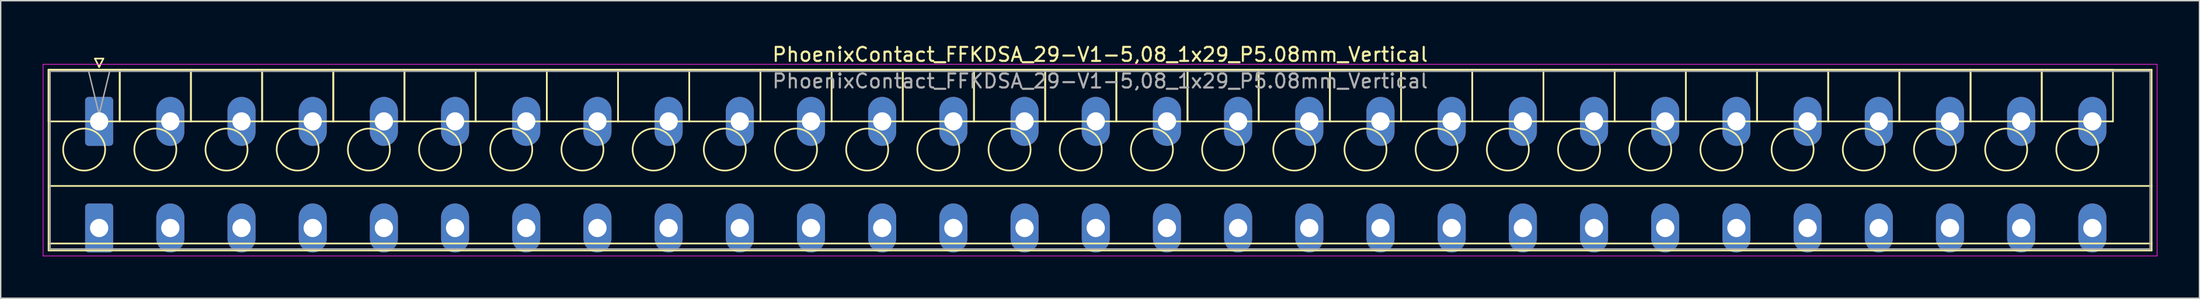
<source format=kicad_pcb>
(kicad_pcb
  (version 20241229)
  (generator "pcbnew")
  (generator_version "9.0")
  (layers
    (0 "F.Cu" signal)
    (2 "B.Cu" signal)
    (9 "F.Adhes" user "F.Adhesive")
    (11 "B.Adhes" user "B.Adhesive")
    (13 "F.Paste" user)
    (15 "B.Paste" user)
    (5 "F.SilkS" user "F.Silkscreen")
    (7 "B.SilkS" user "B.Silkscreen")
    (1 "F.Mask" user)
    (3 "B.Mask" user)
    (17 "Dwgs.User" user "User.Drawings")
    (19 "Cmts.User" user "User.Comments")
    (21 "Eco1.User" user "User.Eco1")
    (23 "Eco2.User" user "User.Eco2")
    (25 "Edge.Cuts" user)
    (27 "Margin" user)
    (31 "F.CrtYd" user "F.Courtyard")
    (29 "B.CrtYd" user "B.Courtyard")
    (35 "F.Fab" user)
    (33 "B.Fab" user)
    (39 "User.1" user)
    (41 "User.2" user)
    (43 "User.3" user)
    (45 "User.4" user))
  (footprint "PhoenixContact_FFKDSA_29-V1-5,08_1x29_P5.08mm_Vertical"
    (layer "F.Cu")
    (at 4.025 5.628)
    (property "Reference" "PhoenixContact_FFKDSA_29-V1-5,08_1x29_P5.08mm_Vertical" (at 71.43 -4.78 0) (layer "F.SilkS") (effects (font (size 1 1) (thickness 0.15))))
    (attr through_hole)
    (fp_line (start -3.61 -3.69) (end -3.61 0) (stroke (width 0.12) (type solid)) (layer "F.SilkS"))
    (fp_line (start -3.61 -3.69) (end -3.61 9.23) (stroke (width 0.12) (type solid)) (layer "F.SilkS"))
    (fp_line (start -3.61 0) (end 1.47 0) (stroke (width 0.12) (type solid)) (layer "F.SilkS"))
    (fp_line (start -3.61 4.615) (end 146.47 4.615) (stroke (width 0.12) (type solid)) (layer "F.SilkS"))
    (fp_line (start -3.61 8.73) (end 146.47 8.73) (stroke (width 0.12) (type solid)) (layer "F.SilkS"))
    (fp_line (start -3.61 9.23) (end 146.47 9.23) (stroke (width 0.12) (type solid)) (layer "F.SilkS"))
    (fp_line (start -0.3 -4.49) (end 0.3 -4.49) (stroke (width 0.12) (type solid)) (layer "F.SilkS"))
    (fp_line (start 0 -3.89) (end -0.3 -4.49) (stroke (width 0.12) (type solid)) (layer "F.SilkS"))
    (fp_line (start 0.3 -4.49) (end 0 -3.89) (stroke (width 0.12) (type solid)) (layer "F.SilkS"))
    (fp_line (start 1.47 -3.69) (end -3.61 -3.69) (stroke (width 0.12) (type solid)) (layer "F.SilkS"))
    (fp_line (start 1.47 -3.69) (end 1.47 0) (stroke (width 0.12) (type solid)) (layer "F.SilkS"))
    (fp_line (start 1.47 0) (end 1.47 -3.69) (stroke (width 0.12) (type solid)) (layer "F.SilkS"))
    (fp_line (start 1.47 0) (end 6.55 0) (stroke (width 0.12) (type solid)) (layer "F.SilkS"))
    (fp_line (start 6.55 -3.69) (end 1.47 -3.69) (stroke (width 0.12) (type solid)) (layer "F.SilkS"))
    (fp_line (start 6.55 -3.69) (end 6.55 0) (stroke (width 0.12) (type solid)) (layer "F.SilkS"))
    (fp_line (start 6.55 0) (end 6.55 -3.69) (stroke (width 0.12) (type solid)) (layer "F.SilkS"))
    (fp_line (start 6.55 0) (end 11.63 0) (stroke (width 0.12) (type solid)) (layer "F.SilkS"))
    (fp_line (start 11.63 -3.69) (end 6.55 -3.69) (stroke (width 0.12) (type solid)) (layer "F.SilkS"))
    (fp_line (start 11.63 -3.69) (end 11.63 0) (stroke (width 0.12) (type solid)) (layer "F.SilkS"))
    (fp_line (start 11.63 0) (end 11.63 -3.69) (stroke (width 0.12) (type solid)) (layer "F.SilkS"))
    (fp_line (start 11.63 0) (end 16.71 0) (stroke (width 0.12) (type solid)) (layer "F.SilkS"))
    (fp_line (start 16.71 -3.69) (end 11.63 -3.69) (stroke (width 0.12) (type solid)) (layer "F.SilkS"))
    (fp_line (start 16.71 -3.69) (end 16.71 0) (stroke (width 0.12) (type solid)) (layer "F.SilkS"))
    (fp_line (start 16.71 0) (end 16.71 -3.69) (stroke (width 0.12) (type solid)) (layer "F.SilkS"))
    (fp_line (start 16.71 0) (end 21.79 0) (stroke (width 0.12) (type solid)) (layer "F.SilkS"))
    (fp_line (start 21.79 -3.69) (end 16.71 -3.69) (stroke (width 0.12) (type solid)) (layer "F.SilkS"))
    (fp_line (start 21.79 -3.69) (end 21.79 0) (stroke (width 0.12) (type solid)) (layer "F.SilkS"))
    (fp_line (start 21.79 0) (end 21.79 -3.69) (stroke (width 0.12) (type solid)) (layer "F.SilkS"))
    (fp_line (start 21.79 0) (end 26.87 0) (stroke (width 0.12) (type solid)) (layer "F.SilkS"))
    (fp_line (start 26.87 -3.69) (end 21.79 -3.69) (stroke (width 0.12) (type solid)) (layer "F.SilkS"))
    (fp_line (start 26.87 -3.69) (end 26.87 0) (stroke (width 0.12) (type solid)) (layer "F.SilkS"))
    (fp_line (start 26.87 0) (end 26.87 -3.69) (stroke (width 0.12) (type solid)) (layer "F.SilkS"))
    (fp_line (start 26.87 0) (end 31.95 0) (stroke (width 0.12) (type solid)) (layer "F.SilkS"))
    (fp_line (start 31.95 -3.69) (end 26.87 -3.69) (stroke (width 0.12) (type solid)) (layer "F.SilkS"))
    (fp_line (start 31.95 -3.69) (end 31.95 0) (stroke (width 0.12) (type solid)) (layer "F.SilkS"))
    (fp_line (start 31.95 0) (end 31.95 -3.69) (stroke (width 0.12) (type solid)) (layer "F.SilkS"))
    (fp_line (start 31.95 0) (end 37.03 0) (stroke (width 0.12) (type solid)) (layer "F.SilkS"))
    (fp_line (start 37.03 -3.69) (end 31.95 -3.69) (stroke (width 0.12) (type solid)) (layer "F.SilkS"))
    (fp_line (start 37.03 -3.69) (end 37.03 0) (stroke (width 0.12) (type solid)) (layer "F.SilkS"))
    (fp_line (start 37.03 0) (end 37.03 -3.69) (stroke (width 0.12) (type solid)) (layer "F.SilkS"))
    (fp_line (start 37.03 0) (end 42.11 0) (stroke (width 0.12) (type solid)) (layer "F.SilkS"))
    (fp_line (start 42.11 -3.69) (end 37.03 -3.69) (stroke (width 0.12) (type solid)) (layer "F.SilkS"))
    (fp_line (start 42.11 -3.69) (end 42.11 0) (stroke (width 0.12) (type solid)) (layer "F.SilkS"))
    (fp_line (start 42.11 0) (end 42.11 -3.69) (stroke (width 0.12) (type solid)) (layer "F.SilkS"))
    (fp_line (start 42.11 0) (end 47.19 0) (stroke (width 0.12) (type solid)) (layer "F.SilkS"))
    (fp_line (start 47.19 -3.69) (end 42.11 -3.69) (stroke (width 0.12) (type solid)) (layer "F.SilkS"))
    (fp_line (start 47.19 -3.69) (end 47.19 0) (stroke (width 0.12) (type solid)) (layer "F.SilkS"))
    (fp_line (start 47.19 0) (end 47.19 -3.69) (stroke (width 0.12) (type solid)) (layer "F.SilkS"))
    (fp_line (start 47.19 0) (end 52.27 0) (stroke (width 0.12) (type solid)) (layer "F.SilkS"))
    (fp_line (start 52.27 -3.69) (end 47.19 -3.69) (stroke (width 0.12) (type solid)) (layer "F.SilkS"))
    (fp_line (start 52.27 -3.69) (end 52.27 0) (stroke (width 0.12) (type solid)) (layer "F.SilkS"))
    (fp_line (start 52.27 0) (end 52.27 -3.69) (stroke (width 0.12) (type solid)) (layer "F.SilkS"))
    (fp_line (start 52.27 0) (end 57.35 0) (stroke (width 0.12) (type solid)) (layer "F.SilkS"))
    (fp_line (start 57.35 -3.69) (end 52.27 -3.69) (stroke (width 0.12) (type solid)) (layer "F.SilkS"))
    (fp_line (start 57.35 -3.69) (end 57.35 0) (stroke (width 0.12) (type solid)) (layer "F.SilkS"))
    (fp_line (start 57.35 0) (end 57.35 -3.69) (stroke (width 0.12) (type solid)) (layer "F.SilkS"))
    (fp_line (start 57.35 0) (end 62.43 0) (stroke (width 0.12) (type solid)) (layer "F.SilkS"))
    (fp_line (start 62.43 -3.69) (end 57.35 -3.69) (stroke (width 0.12) (type solid)) (layer "F.SilkS"))
    (fp_line (start 62.43 -3.69) (end 62.43 0) (stroke (width 0.12) (type solid)) (layer "F.SilkS"))
    (fp_line (start 62.43 0) (end 62.43 -3.69) (stroke (width 0.12) (type solid)) (layer "F.SilkS"))
    (fp_line (start 62.43 0) (end 67.51 0) (stroke (width 0.12) (type solid)) (layer "F.SilkS"))
    (fp_line (start 67.51 -3.69) (end 62.43 -3.69) (stroke (width 0.12) (type solid)) (layer "F.SilkS"))
    (fp_line (start 67.51 -3.69) (end 67.51 0) (stroke (width 0.12) (type solid)) (layer "F.SilkS"))
    (fp_line (start 67.51 0) (end 67.51 -3.69) (stroke (width 0.12) (type solid)) (layer "F.SilkS"))
    (fp_line (start 67.51 0) (end 72.59 0) (stroke (width 0.12) (type solid)) (layer "F.SilkS"))
    (fp_line (start 72.59 -3.69) (end 67.51 -3.69) (stroke (width 0.12) (type solid)) (layer "F.SilkS"))
    (fp_line (start 72.59 -3.69) (end 72.59 0) (stroke (width 0.12) (type solid)) (layer "F.SilkS"))
    (fp_line (start 72.59 0) (end 72.59 -3.69) (stroke (width 0.12) (type solid)) (layer "F.SilkS"))
    (fp_line (start 72.59 0) (end 77.67 0) (stroke (width 0.12) (type solid)) (layer "F.SilkS"))
    (fp_line (start 77.67 -3.69) (end 72.59 -3.69) (stroke (width 0.12) (type solid)) (layer "F.SilkS"))
    (fp_line (start 77.67 -3.69) (end 77.67 0) (stroke (width 0.12) (type solid)) (layer "F.SilkS"))
    (fp_line (start 77.67 0) (end 77.67 -3.69) (stroke (width 0.12) (type solid)) (layer "F.SilkS"))
    (fp_line (start 77.67 0) (end 82.75 0) (stroke (width 0.12) (type solid)) (layer "F.SilkS"))
    (fp_line (start 82.75 -3.69) (end 77.67 -3.69) (stroke (width 0.12) (type solid)) (layer "F.SilkS"))
    (fp_line (start 82.75 -3.69) (end 82.75 0) (stroke (width 0.12) (type solid)) (layer "F.SilkS"))
    (fp_line (start 82.75 0) (end 82.75 -3.69) (stroke (width 0.12) (type solid)) (layer "F.SilkS"))
    (fp_line (start 82.75 0) (end 87.83 0) (stroke (width 0.12) (type solid)) (layer "F.SilkS"))
    (fp_line (start 87.83 -3.69) (end 82.75 -3.69) (stroke (width 0.12) (type solid)) (layer "F.SilkS"))
    (fp_line (start 87.83 -3.69) (end 87.83 0) (stroke (width 0.12) (type solid)) (layer "F.SilkS"))
    (fp_line (start 87.83 0) (end 87.83 -3.69) (stroke (width 0.12) (type solid)) (layer "F.SilkS"))
    (fp_line (start 87.83 0) (end 92.91 0) (stroke (width 0.12) (type solid)) (layer "F.SilkS"))
    (fp_line (start 92.91 -3.69) (end 87.83 -3.69) (stroke (width 0.12) (type solid)) (layer "F.SilkS"))
    (fp_line (start 92.91 -3.69) (end 92.91 0) (stroke (width 0.12) (type solid)) (layer "F.SilkS"))
    (fp_line (start 92.91 0) (end 92.91 -3.69) (stroke (width 0.12) (type solid)) (layer "F.SilkS"))
    (fp_line (start 92.91 0) (end 97.99 0) (stroke (width 0.12) (type solid)) (layer "F.SilkS"))
    (fp_line (start 97.99 -3.69) (end 92.91 -3.69) (stroke (width 0.12) (type solid)) (layer "F.SilkS"))
    (fp_line (start 97.99 -3.69) (end 97.99 0) (stroke (width 0.12) (type solid)) (layer "F.SilkS"))
    (fp_line (start 97.99 0) (end 97.99 -3.69) (stroke (width 0.12) (type solid)) (layer "F.SilkS"))
    (fp_line (start 97.99 0) (end 103.07 0) (stroke (width 0.12) (type solid)) (layer "F.SilkS"))
    (fp_line (start 103.07 -3.69) (end 97.99 -3.69) (stroke (width 0.12) (type solid)) (layer "F.SilkS"))
    (fp_line (start 103.07 -3.69) (end 103.07 0) (stroke (width 0.12) (type solid)) (layer "F.SilkS"))
    (fp_line (start 103.07 0) (end 103.07 -3.69) (stroke (width 0.12) (type solid)) (layer "F.SilkS"))
    (fp_line (start 103.07 0) (end 108.15 0) (stroke (width 0.12) (type solid)) (layer "F.SilkS"))
    (fp_line (start 108.15 -3.69) (end 103.07 -3.69) (stroke (width 0.12) (type solid)) (layer "F.SilkS"))
    (fp_line (start 108.15 -3.69) (end 108.15 0) (stroke (width 0.12) (type solid)) (layer "F.SilkS"))
    (fp_line (start 108.15 0) (end 108.15 -3.69) (stroke (width 0.12) (type solid)) (layer "F.SilkS"))
    (fp_line (start 108.15 0) (end 113.23 0) (stroke (width 0.12) (type solid)) (layer "F.SilkS"))
    (fp_line (start 113.23 -3.69) (end 108.15 -3.69) (stroke (width 0.12) (type solid)) (layer "F.SilkS"))
    (fp_line (start 113.23 -3.69) (end 113.23 0) (stroke (width 0.12) (type solid)) (layer "F.SilkS"))
    (fp_line (start 113.23 0) (end 113.23 -3.69) (stroke (width 0.12) (type solid)) (layer "F.SilkS"))
    (fp_line (start 113.23 0) (end 118.31 0) (stroke (width 0.12) (type solid)) (layer "F.SilkS"))
    (fp_line (start 118.31 -3.69) (end 113.23 -3.69) (stroke (width 0.12) (type solid)) (layer "F.SilkS"))
    (fp_line (start 118.31 -3.69) (end 118.31 0) (stroke (width 0.12) (type solid)) (layer "F.SilkS"))
    (fp_line (start 118.31 0) (end 118.31 -3.69) (stroke (width 0.12) (type solid)) (layer "F.SilkS"))
    (fp_line (start 118.31 0) (end 123.39 0) (stroke (width 0.12) (type solid)) (layer "F.SilkS"))
    (fp_line (start 123.39 -3.69) (end 118.31 -3.69) (stroke (width 0.12) (type solid)) (layer "F.SilkS"))
    (fp_line (start 123.39 -3.69) (end 123.39 0) (stroke (width 0.12) (type solid)) (layer "F.SilkS"))
    (fp_line (start 123.39 0) (end 123.39 -3.69) (stroke (width 0.12) (type solid)) (layer "F.SilkS"))
    (fp_line (start 123.39 0) (end 128.47 0) (stroke (width 0.12) (type solid)) (layer "F.SilkS"))
    (fp_line (start 128.47 -3.69) (end 123.39 -3.69) (stroke (width 0.12) (type solid)) (layer "F.SilkS"))
    (fp_line (start 128.47 -3.69) (end 128.47 0) (stroke (width 0.12) (type solid)) (layer "F.SilkS"))
    (fp_line (start 128.47 0) (end 128.47 -3.69) (stroke (width 0.12) (type solid)) (layer "F.SilkS"))
    (fp_line (start 128.47 0) (end 133.55 0) (stroke (width 0.12) (type solid)) (layer "F.SilkS"))
    (fp_line (start 133.55 -3.69) (end 128.47 -3.69) (stroke (width 0.12) (type solid)) (layer "F.SilkS"))
    (fp_line (start 133.55 -3.69) (end 133.55 0) (stroke (width 0.12) (type solid)) (layer "F.SilkS"))
    (fp_line (start 133.55 0) (end 133.55 -3.69) (stroke (width 0.12) (type solid)) (layer "F.SilkS"))
    (fp_line (start 133.55 0) (end 138.63 0) (stroke (width 0.12) (type solid)) (layer "F.SilkS"))
    (fp_line (start 138.63 -3.69) (end 133.55 -3.69) (stroke (width 0.12) (type solid)) (layer "F.SilkS"))
    (fp_line (start 138.63 -3.69) (end 138.63 0) (stroke (width 0.12) (type solid)) (layer "F.SilkS"))
    (fp_line (start 138.63 0) (end 138.63 -3.69) (stroke (width 0.12) (type solid)) (layer "F.SilkS"))
    (fp_line (start 138.63 0) (end 143.71 0) (stroke (width 0.12) (type solid)) (layer "F.SilkS"))
    (fp_line (start 143.71 -3.69) (end 138.63 -3.69) (stroke (width 0.12) (type solid)) (layer "F.SilkS"))
    (fp_line (start 143.71 0) (end 143.71 -3.69) (stroke (width 0.12) (type solid)) (layer "F.SilkS"))
    (fp_line (start 146.47 -3.69) (end -3.61 -3.69) (stroke (width 0.12) (type solid)) (layer "F.SilkS"))
    (fp_line (start 146.47 9.23) (end 146.47 -3.69) (stroke (width 0.12) (type solid)) (layer "F.SilkS"))
    (fp_circle (center -1.07 2.015) (end 0.43 2.015) (stroke (width 0.12) (type solid)) (fill no) (layer "F.SilkS"))
    (fp_circle (center 4.01 2.015) (end 5.51 2.015) (stroke (width 0.12) (type solid)) (fill no) (layer "F.SilkS"))
    (fp_circle (center 9.09 2.015) (end 10.59 2.015) (stroke (width 0.12) (type solid)) (fill no) (layer "F.SilkS"))
    (fp_circle (center 14.17 2.015) (end 15.67 2.015) (stroke (width 0.12) (type solid)) (fill no) (layer "F.SilkS"))
    (fp_circle (center 19.25 2.015) (end 20.75 2.015) (stroke (width 0.12) (type solid)) (fill no) (layer "F.SilkS"))
    (fp_circle (center 24.33 2.015) (end 25.83 2.015) (stroke (width 0.12) (type solid)) (fill no) (layer "F.SilkS"))
    (fp_circle (center 29.41 2.015) (end 30.91 2.015) (stroke (width 0.12) (type solid)) (fill no) (layer "F.SilkS"))
    (fp_circle (center 34.49 2.015) (end 35.99 2.015) (stroke (width 0.12) (type solid)) (fill no) (layer "F.SilkS"))
    (fp_circle (center 39.57 2.015) (end 41.07 2.015) (stroke (width 0.12) (type solid)) (fill no) (layer "F.SilkS"))
    (fp_circle (center 44.65 2.015) (end 46.15 2.015) (stroke (width 0.12) (type solid)) (fill no) (layer "F.SilkS"))
    (fp_circle (center 49.73 2.015) (end 51.23 2.015) (stroke (width 0.12) (type solid)) (fill no) (layer "F.SilkS"))
    (fp_circle (center 54.81 2.015) (end 56.31 2.015) (stroke (width 0.12) (type solid)) (fill no) (layer "F.SilkS"))
    (fp_circle (center 59.89 2.015) (end 61.39 2.015) (stroke (width 0.12) (type solid)) (fill no) (layer "F.SilkS"))
    (fp_circle (center 64.97 2.015) (end 66.47 2.015) (stroke (width 0.12) (type solid)) (fill no) (layer "F.SilkS"))
    (fp_circle (center 70.05 2.015) (end 71.55 2.015) (stroke (width 0.12) (type solid)) (fill no) (layer "F.SilkS"))
    (fp_circle (center 75.13 2.015) (end 76.63 2.015) (stroke (width 0.12) (type solid)) (fill no) (layer "F.SilkS"))
    (fp_circle (center 80.21 2.015) (end 81.71 2.015) (stroke (width 0.12) (type solid)) (fill no) (layer "F.SilkS"))
    (fp_circle (center 85.29 2.015) (end 86.79 2.015) (stroke (width 0.12) (type solid)) (fill no) (layer "F.SilkS"))
    (fp_circle (center 90.37 2.015) (end 91.87 2.015) (stroke (width 0.12) (type solid)) (fill no) (layer "F.SilkS"))
    (fp_circle (center 95.45 2.015) (end 96.95 2.015) (stroke (width 0.12) (type solid)) (fill no) (layer "F.SilkS"))
    (fp_circle (center 100.53 2.015) (end 102.03 2.015) (stroke (width 0.12) (type solid)) (fill no) (layer "F.SilkS"))
    (fp_circle (center 105.61 2.015) (end 107.11 2.015) (stroke (width 0.12) (type solid)) (fill no) (layer "F.SilkS"))
    (fp_circle (center 110.69 2.015) (end 112.19 2.015) (stroke (width 0.12) (type solid)) (fill no) (layer "F.SilkS"))
    (fp_circle (center 115.77 2.015) (end 117.27 2.015) (stroke (width 0.12) (type solid)) (fill no) (layer "F.SilkS"))
    (fp_circle (center 120.85 2.015) (end 122.35 2.015) (stroke (width 0.12) (type solid)) (fill no) (layer "F.SilkS"))
    (fp_circle (center 125.93 2.015) (end 127.43 2.015) (stroke (width 0.12) (type solid)) (fill no) (layer "F.SilkS"))
    (fp_circle (center 131.01 2.015) (end 132.51 2.015) (stroke (width 0.12) (type solid)) (fill no) (layer "F.SilkS"))
    (fp_circle (center 136.09 2.015) (end 137.59 2.015) (stroke (width 0.12) (type solid)) (fill no) (layer "F.SilkS"))
    (fp_circle (center 141.17 2.015) (end 142.67 2.015) (stroke (width 0.12) (type solid)) (fill no) (layer "F.SilkS"))
    (fp_line (start -4 -4.08) (end -4 9.62) (stroke (width 0.05) (type solid)) (layer "F.CrtYd"))
    (fp_line (start -4 9.62) (end 146.86 9.62) (stroke (width 0.05) (type solid)) (layer "F.CrtYd"))
    (fp_line (start 146.86 -4.08) (end -4 -4.08) (stroke (width 0.05) (type solid)) (layer "F.CrtYd"))
    (fp_line (start 146.86 9.62) (end 146.86 -4.08) (stroke (width 0.05) (type solid)) (layer "F.CrtYd"))
    (fp_line (start -3.5 -3.58) (end -3.5 9.12) (stroke (width 0.1) (type solid)) (layer "F.Fab"))
    (fp_line (start -3.5 9.12) (end 146.36 9.12) (stroke (width 0.1) (type solid)) (layer "F.Fab"))
    (fp_line (start 0 -0.5) (end -0.75 -3.58) (stroke (width 0.1) (type solid)) (layer "F.Fab"))
    (fp_line (start 0.75 -3.58) (end 0 -0.5) (stroke (width 0.1) (type solid)) (layer "F.Fab"))
    (fp_line (start 146.36 -3.58) (end -3.5 -3.58) (stroke (width 0.1) (type solid)) (layer "F.Fab"))
    (fp_line (start 146.36 9.12) (end 146.36 -3.58) (stroke (width 0.1) (type solid)) (layer "F.Fab"))
    (fp_text user "${REFERENCE}" (at 71.43 -2.88 0) (layer "F.Fab") (effects (font (size 1 1) (thickness 0.15))))
    (pad "1" thru_hole roundrect (at 0 0) (size 2 3.5) (drill 1.3) (layers "*.Cu" "*.Mask") (roundrect_rratio 0.125))
    (pad "1" thru_hole roundrect (at 0 7.62) (size 2 3.5) (drill 1.3) (layers "*.Cu" "*.Mask") (roundrect_rratio 0.125))
    (pad "2" thru_hole oval (at 5.08 0) (size 2 3.5) (drill 1.3) (layers "*.Cu" "*.Mask"))
    (pad "2" thru_hole oval (at 5.08 7.62) (size 2 3.5) (drill 1.3) (layers "*.Cu" "*.Mask"))
    (pad "3" thru_hole oval (at 10.16 0) (size 2 3.5) (drill 1.3) (layers "*.Cu" "*.Mask"))
    (pad "3" thru_hole oval (at 10.16 7.62) (size 2 3.5) (drill 1.3) (layers "*.Cu" "*.Mask"))
    (pad "4" thru_hole oval (at 15.24 0) (size 2 3.5) (drill 1.3) (layers "*.Cu" "*.Mask"))
    (pad "4" thru_hole oval (at 15.24 7.62) (size 2 3.5) (drill 1.3) (layers "*.Cu" "*.Mask"))
    (pad "5" thru_hole oval (at 20.32 0) (size 2 3.5) (drill 1.3) (layers "*.Cu" "*.Mask"))
    (pad "5" thru_hole oval (at 20.32 7.62) (size 2 3.5) (drill 1.3) (layers "*.Cu" "*.Mask"))
    (pad "6" thru_hole oval (at 25.4 0) (size 2 3.5) (drill 1.3) (layers "*.Cu" "*.Mask"))
    (pad "6" thru_hole oval (at 25.4 7.62) (size 2 3.5) (drill 1.3) (layers "*.Cu" "*.Mask"))
    (pad "7" thru_hole oval (at 30.48 0) (size 2 3.5) (drill 1.3) (layers "*.Cu" "*.Mask"))
    (pad "7" thru_hole oval (at 30.48 7.62) (size 2 3.5) (drill 1.3) (layers "*.Cu" "*.Mask"))
    (pad "8" thru_hole oval (at 35.56 0) (size 2 3.5) (drill 1.3) (layers "*.Cu" "*.Mask"))
    (pad "8" thru_hole oval (at 35.56 7.62) (size 2 3.5) (drill 1.3) (layers "*.Cu" "*.Mask"))
    (pad "9" thru_hole oval (at 40.64 0) (size 2 3.5) (drill 1.3) (layers "*.Cu" "*.Mask"))
    (pad "9" thru_hole oval (at 40.64 7.62) (size 2 3.5) (drill 1.3) (layers "*.Cu" "*.Mask"))
    (pad "10" thru_hole oval (at 45.72 0) (size 2 3.5) (drill 1.3) (layers "*.Cu" "*.Mask"))
    (pad "10" thru_hole oval (at 45.72 7.62) (size 2 3.5) (drill 1.3) (layers "*.Cu" "*.Mask"))
    (pad "11" thru_hole oval (at 50.8 0) (size 2 3.5) (drill 1.3) (layers "*.Cu" "*.Mask"))
    (pad "11" thru_hole oval (at 50.8 7.62) (size 2 3.5) (drill 1.3) (layers "*.Cu" "*.Mask"))
    (pad "12" thru_hole oval (at 55.88 0) (size 2 3.5) (drill 1.3) (layers "*.Cu" "*.Mask"))
    (pad "12" thru_hole oval (at 55.88 7.62) (size 2 3.5) (drill 1.3) (layers "*.Cu" "*.Mask"))
    (pad "13" thru_hole oval (at 60.96 0) (size 2 3.5) (drill 1.3) (layers "*.Cu" "*.Mask"))
    (pad "13" thru_hole oval (at 60.96 7.62) (size 2 3.5) (drill 1.3) (layers "*.Cu" "*.Mask"))
    (pad "14" thru_hole oval (at 66.04 0) (size 2 3.5) (drill 1.3) (layers "*.Cu" "*.Mask"))
    (pad "14" thru_hole oval (at 66.04 7.62) (size 2 3.5) (drill 1.3) (layers "*.Cu" "*.Mask"))
    (pad "15" thru_hole oval (at 71.12 0) (size 2 3.5) (drill 1.3) (layers "*.Cu" "*.Mask"))
    (pad "15" thru_hole oval (at 71.12 7.62) (size 2 3.5) (drill 1.3) (layers "*.Cu" "*.Mask"))
    (pad "16" thru_hole oval (at 76.2 0) (size 2 3.5) (drill 1.3) (layers "*.Cu" "*.Mask"))
    (pad "16" thru_hole oval (at 76.2 7.62) (size 2 3.5) (drill 1.3) (layers "*.Cu" "*.Mask"))
    (pad "17" thru_hole oval (at 81.28 0) (size 2 3.5) (drill 1.3) (layers "*.Cu" "*.Mask"))
    (pad "17" thru_hole oval (at 81.28 7.62) (size 2 3.5) (drill 1.3) (layers "*.Cu" "*.Mask"))
    (pad "18" thru_hole oval (at 86.36 0) (size 2 3.5) (drill 1.3) (layers "*.Cu" "*.Mask"))
    (pad "18" thru_hole oval (at 86.36 7.62) (size 2 3.5) (drill 1.3) (layers "*.Cu" "*.Mask"))
    (pad "19" thru_hole oval (at 91.44 0) (size 2 3.5) (drill 1.3) (layers "*.Cu" "*.Mask"))
    (pad "19" thru_hole oval (at 91.44 7.62) (size 2 3.5) (drill 1.3) (layers "*.Cu" "*.Mask"))
    (pad "20" thru_hole oval (at 96.52 0) (size 2 3.5) (drill 1.3) (layers "*.Cu" "*.Mask"))
    (pad "20" thru_hole oval (at 96.52 7.62) (size 2 3.5) (drill 1.3) (layers "*.Cu" "*.Mask"))
    (pad "21" thru_hole oval (at 101.6 0) (size 2 3.5) (drill 1.3) (layers "*.Cu" "*.Mask"))
    (pad "21" thru_hole oval (at 101.6 7.62) (size 2 3.5) (drill 1.3) (layers "*.Cu" "*.Mask"))
    (pad "22" thru_hole oval (at 106.68 0) (size 2 3.5) (drill 1.3) (layers "*.Cu" "*.Mask"))
    (pad "22" thru_hole oval (at 106.68 7.62) (size 2 3.5) (drill 1.3) (layers "*.Cu" "*.Mask"))
    (pad "23" thru_hole oval (at 111.76 0) (size 2 3.5) (drill 1.3) (layers "*.Cu" "*.Mask"))
    (pad "23" thru_hole oval (at 111.76 7.62) (size 2 3.5) (drill 1.3) (layers "*.Cu" "*.Mask"))
    (pad "24" thru_hole oval (at 116.84 0) (size 2 3.5) (drill 1.3) (layers "*.Cu" "*.Mask"))
    (pad "24" thru_hole oval (at 116.84 7.62) (size 2 3.5) (drill 1.3) (layers "*.Cu" "*.Mask"))
    (pad "25" thru_hole oval (at 121.92 0) (size 2 3.5) (drill 1.3) (layers "*.Cu" "*.Mask"))
    (pad "25" thru_hole oval (at 121.92 7.62) (size 2 3.5) (drill 1.3) (layers "*.Cu" "*.Mask"))
    (pad "26" thru_hole oval (at 127 0) (size 2 3.5) (drill 1.3) (layers "*.Cu" "*.Mask"))
    (pad "26" thru_hole oval (at 127 7.62) (size 2 3.5) (drill 1.3) (layers "*.Cu" "*.Mask"))
    (pad "27" thru_hole oval (at 132.08 0) (size 2 3.5) (drill 1.3) (layers "*.Cu" "*.Mask"))
    (pad "27" thru_hole oval (at 132.08 7.62) (size 2 3.5) (drill 1.3) (layers "*.Cu" "*.Mask"))
    (pad "28" thru_hole oval (at 137.16 0) (size 2 3.5) (drill 1.3) (layers "*.Cu" "*.Mask"))
    (pad "28" thru_hole oval (at 137.16 7.62) (size 2 3.5) (drill 1.3) (layers "*.Cu" "*.Mask"))
    (pad "29" thru_hole oval (at 142.24 0) (size 2 3.5) (drill 1.3) (layers "*.Cu" "*.Mask"))
    (pad "29" thru_hole oval (at 142.24 7.62) (size 2 3.5) (drill 1.3) (layers "*.Cu" "*.Mask")))
  (gr_rect
    (start -3 -3)
    (end 153.91 18.273)
    (stroke (width 0.1) (type default))
    (fill no)
    (layer "Edge.Cuts")))
</source>
